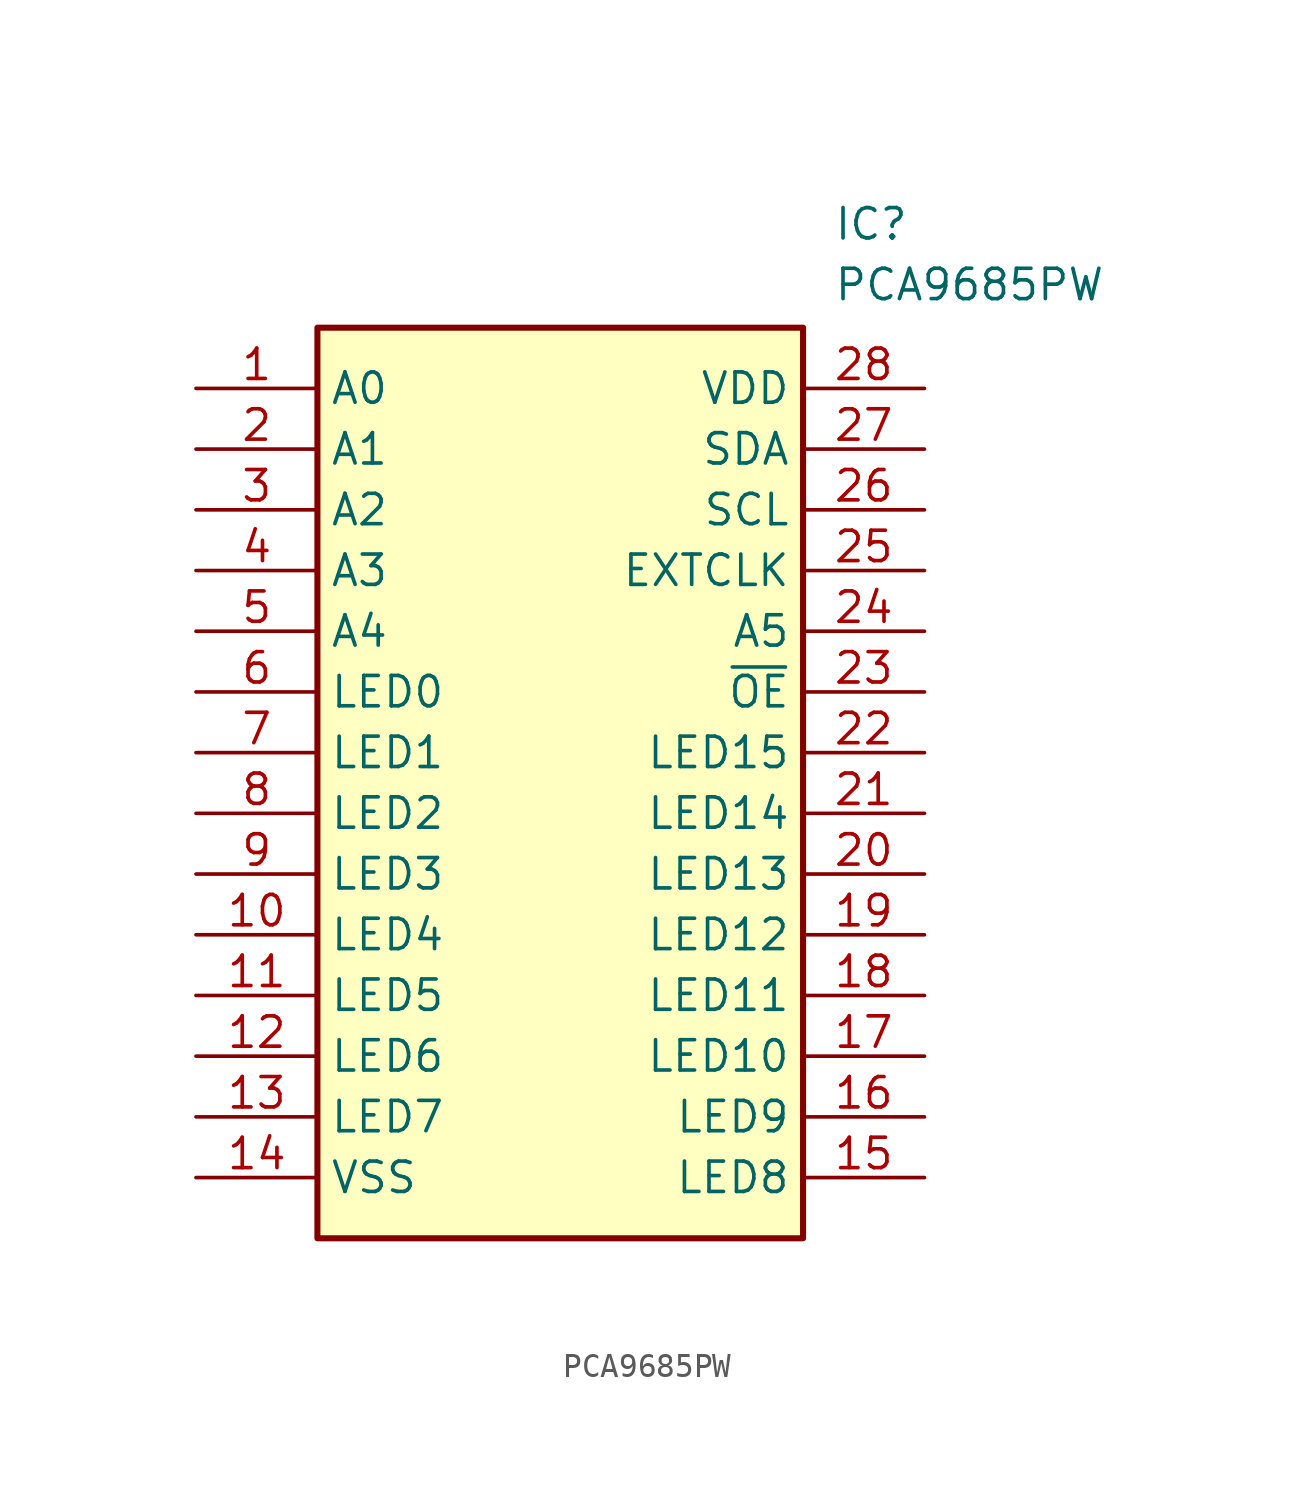
<source format=kicad_sym>
(kicad_symbol_lib
  (version 20241209)
  (generator "kicad_symbol_editor")
  (generator_version "9.0")
  (symbol "PCA9685PW"
    (property "Reference" "IC"
      (at 26.67 7.62 0)
      (effects (font (size 1.27 1.27)) (justify left top)))
    (property "Value" "PCA9685PW"
      (at 26.67 5.08 0)
      (effects (font (size 1.27 1.27)) (justify left top)))
    (symbol "PCA9685PW_1_1"
      (rectangle (start 5.08 2.54) (end 25.4 -35.56) (stroke (width 0.254) (type default)) (fill (type background)))
      (pin passive line (at 0 0 0) (length 5.08) (name "A0" (effects (font (size 1.27 1.27)))) (number "1" (effects (font (size 1.27 1.27)))))
      (pin passive line (at 0 -2.54 0) (length 5.08) (name "A1" (effects (font (size 1.27 1.27)))) (number "2" (effects (font (size 1.27 1.27)))))
      (pin passive line (at 0 -5.08 0) (length 5.08) (name "A2" (effects (font (size 1.27 1.27)))) (number "3" (effects (font (size 1.27 1.27)))))
      (pin passive line (at 0 -7.62 0) (length 5.08) (name "A3" (effects (font (size 1.27 1.27)))) (number "4" (effects (font (size 1.27 1.27)))))
      (pin passive line (at 0 -10.16 0) (length 5.08) (name "A4" (effects (font (size 1.27 1.27)))) (number "5" (effects (font (size 1.27 1.27)))))
      (pin passive line (at 0 -12.7 0) (length 5.08) (name "LED0" (effects (font (size 1.27 1.27)))) (number "6" (effects (font (size 1.27 1.27)))))
      (pin passive line (at 0 -15.24 0) (length 5.08) (name "LED1" (effects (font (size 1.27 1.27)))) (number "7" (effects (font (size 1.27 1.27)))))
      (pin passive line (at 0 -17.78 0) (length 5.08) (name "LED2" (effects (font (size 1.27 1.27)))) (number "8" (effects (font (size 1.27 1.27)))))
      (pin passive line (at 0 -20.32 0) (length 5.08) (name "LED3" (effects (font (size 1.27 1.27)))) (number "9" (effects (font (size 1.27 1.27)))))
      (pin passive line (at 0 -22.86 0) (length 5.08) (name "LED4" (effects (font (size 1.27 1.27)))) (number "10" (effects (font (size 1.27 1.27)))))
      (pin passive line (at 0 -25.4 0) (length 5.08) (name "LED5" (effects (font (size 1.27 1.27)))) (number "11" (effects (font (size 1.27 1.27)))))
      (pin passive line (at 0 -27.94 0) (length 5.08) (name "LED6" (effects (font (size 1.27 1.27)))) (number "12" (effects (font (size 1.27 1.27)))))
      (pin passive line (at 0 -30.48 0) (length 5.08) (name "LED7" (effects (font (size 1.27 1.27)))) (number "13" (effects (font (size 1.27 1.27)))))
      (pin passive line (at 0 -33.02 0) (length 5.08) (name "VSS" (effects (font (size 1.27 1.27)))) (number "14" (effects (font (size 1.27 1.27)))))
      (pin passive line (at 30.48 0 180) (length 5.08) (name "VDD" (effects (font (size 1.27 1.27)))) (number "28" (effects (font (size 1.27 1.27)))))
      (pin passive line (at 30.48 -2.54 180) (length 5.08) (name "SDA" (effects (font (size 1.27 1.27)))) (number "27" (effects (font (size 1.27 1.27)))))
      (pin passive line (at 30.48 -5.08 180) (length 5.08) (name "SCL" (effects (font (size 1.27 1.27)))) (number "26" (effects (font (size 1.27 1.27)))))
      (pin passive line (at 30.48 -7.62 180) (length 5.08) (name "EXTCLK" (effects (font (size 1.27 1.27)))) (number "25" (effects (font (size 1.27 1.27)))))
      (pin passive line (at 30.48 -10.16 180) (length 5.08) (name "A5" (effects (font (size 1.27 1.27)))) (number "24" (effects (font (size 1.27 1.27)))))
      (pin passive line (at 30.48 -12.7 180) (length 5.08) (name "~{OE}" (effects (font (size 1.27 1.27)))) (number "23" (effects (font (size 1.27 1.27)))))
      (pin passive line (at 30.48 -15.24 180) (length 5.08) (name "LED15" (effects (font (size 1.27 1.27)))) (number "22" (effects (font (size 1.27 1.27)))))
      (pin passive line (at 30.48 -17.78 180) (length 5.08) (name "LED14" (effects (font (size 1.27 1.27)))) (number "21" (effects (font (size 1.27 1.27)))))
      (pin passive line (at 30.48 -20.32 180) (length 5.08) (name "LED13" (effects (font (size 1.27 1.27)))) (number "20" (effects (font (size 1.27 1.27)))))
      (pin passive line (at 30.48 -22.86 180) (length 5.08) (name "LED12" (effects (font (size 1.27 1.27)))) (number "19" (effects (font (size 1.27 1.27)))))
      (pin passive line (at 30.48 -25.4 180) (length 5.08) (name "LED11" (effects (font (size 1.27 1.27)))) (number "18" (effects (font (size 1.27 1.27)))))
      (pin passive line (at 30.48 -27.94 180) (length 5.08) (name "LED10" (effects (font (size 1.27 1.27)))) (number "17" (effects (font (size 1.27 1.27)))))
      (pin passive line (at 30.48 -30.48 180) (length 5.08) (name "LED9" (effects (font (size 1.27 1.27)))) (number "16" (effects (font (size 1.27 1.27)))))
      (pin passive line (at 30.48 -33.02 180) (length 5.08) (name "LED8" (effects (font (size 1.27 1.27)))) (number "15" (effects (font (size 1.27 1.27))))))))
</source>
